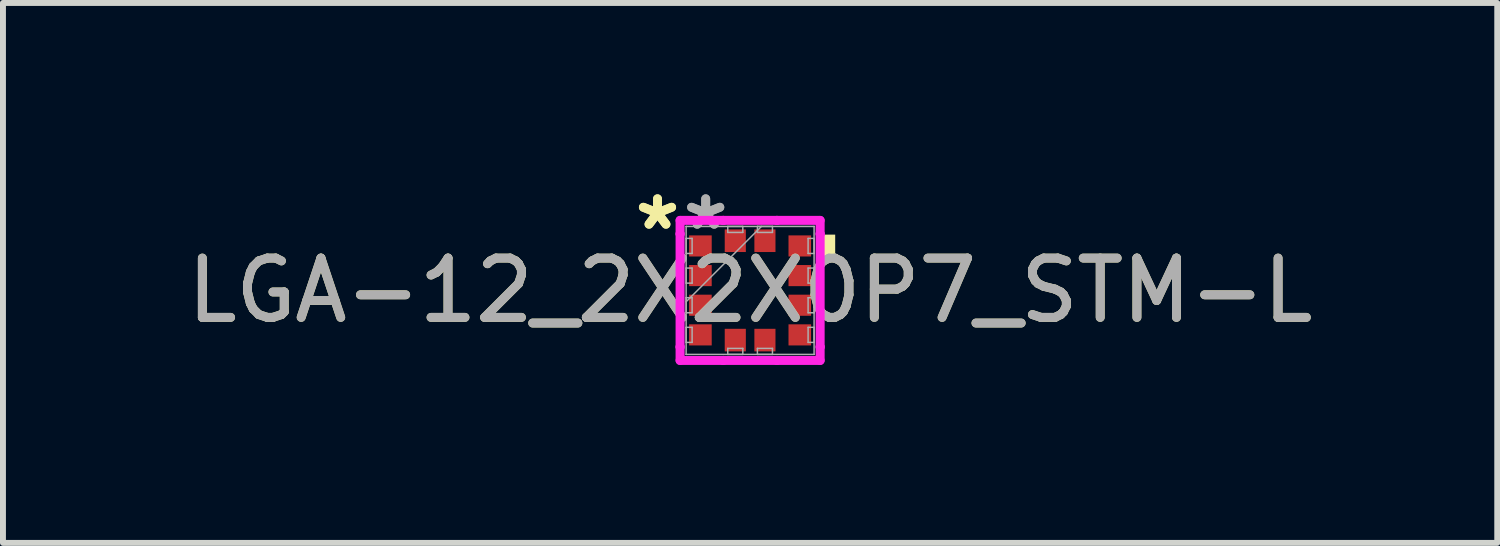
<source format=kicad_pcb>
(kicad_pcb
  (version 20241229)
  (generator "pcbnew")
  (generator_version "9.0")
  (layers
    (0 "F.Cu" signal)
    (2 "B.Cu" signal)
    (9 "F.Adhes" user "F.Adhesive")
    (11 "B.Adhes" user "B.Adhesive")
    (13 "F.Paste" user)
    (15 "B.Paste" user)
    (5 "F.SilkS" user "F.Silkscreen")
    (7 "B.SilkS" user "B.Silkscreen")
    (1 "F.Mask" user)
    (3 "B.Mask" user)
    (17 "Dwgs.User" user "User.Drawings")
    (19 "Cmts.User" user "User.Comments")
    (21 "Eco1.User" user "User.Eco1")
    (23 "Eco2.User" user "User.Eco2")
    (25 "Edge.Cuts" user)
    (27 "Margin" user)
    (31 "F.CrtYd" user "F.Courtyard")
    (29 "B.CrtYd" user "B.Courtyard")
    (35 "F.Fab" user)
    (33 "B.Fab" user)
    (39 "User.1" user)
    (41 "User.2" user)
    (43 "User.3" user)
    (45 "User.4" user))
  (footprint "LGA-12_2X2X0P7_STM-L"
    (layer "F.Cu")
    (at 9.601 1.848)
    (property "Reference" "LGA-12_2X2X0P7_STM-L" (at 0 0 0) (unlocked yes) (layer "F.SilkS") (effects (font (size 1 1) (thickness 0.15))))
    (attr smd)
    (fp_poly (pts (xy 1.435 -0.941) (xy 1.435 -0.56) (xy 1.181 -0.56) (xy 1.181 -0.941)) (stroke (width 0) (type solid)) (fill yes) (layer "F.SilkS"))
    (fp_line (start -1.181 -1.181) (end -0.453 -1.181) (stroke (width 0.152) (type solid)) (layer "F.CrtYd"))
    (fp_line (start -1.181 -0.953) (end -1.181 -1.181) (stroke (width 0.152) (type solid)) (layer "F.CrtYd"))
    (fp_line (start -1.181 -0.953) (end -1.181 -0.953) (stroke (width 0.152) (type solid)) (layer "F.CrtYd"))
    (fp_line (start -1.181 0.953) (end -1.181 -0.953) (stroke (width 0.152) (type solid)) (layer "F.CrtYd"))
    (fp_line (start -1.181 0.953) (end -1.181 0.953) (stroke (width 0.152) (type solid)) (layer "F.CrtYd"))
    (fp_line (start -1.181 1.181) (end -1.181 0.953) (stroke (width 0.152) (type solid)) (layer "F.CrtYd"))
    (fp_line (start -0.453 -1.181) (end -0.453 -1.181) (stroke (width 0.152) (type solid)) (layer "F.CrtYd"))
    (fp_line (start -0.453 -1.181) (end 0.453 -1.181) (stroke (width 0.152) (type solid)) (layer "F.CrtYd"))
    (fp_line (start -0.453 1.181) (end -1.181 1.181) (stroke (width 0.152) (type solid)) (layer "F.CrtYd"))
    (fp_line (start -0.453 1.181) (end -0.453 1.181) (stroke (width 0.152) (type solid)) (layer "F.CrtYd"))
    (fp_line (start 0.453 -1.181) (end 0.453 -1.181) (stroke (width 0.152) (type solid)) (layer "F.CrtYd"))
    (fp_line (start 0.453 -1.181) (end 1.181 -1.181) (stroke (width 0.152) (type solid)) (layer "F.CrtYd"))
    (fp_line (start 0.453 1.181) (end -0.453 1.181) (stroke (width 0.152) (type solid)) (layer "F.CrtYd"))
    (fp_line (start 0.453 1.181) (end 0.453 1.181) (stroke (width 0.152) (type solid)) (layer "F.CrtYd"))
    (fp_line (start 1.181 -1.181) (end 1.181 -0.953) (stroke (width 0.152) (type solid)) (layer "F.CrtYd"))
    (fp_line (start 1.181 -0.953) (end 1.181 -0.953) (stroke (width 0.152) (type solid)) (layer "F.CrtYd"))
    (fp_line (start 1.181 -0.953) (end 1.181 0.953) (stroke (width 0.152) (type solid)) (layer "F.CrtYd"))
    (fp_line (start 1.181 0.953) (end 1.181 0.953) (stroke (width 0.152) (type solid)) (layer "F.CrtYd"))
    (fp_line (start 1.181 0.953) (end 1.181 1.181) (stroke (width 0.152) (type solid)) (layer "F.CrtYd"))
    (fp_line (start 1.181 1.181) (end 0.453 1.181) (stroke (width 0.152) (type solid)) (layer "F.CrtYd"))
    (fp_line (start -1.079 -1.079) (end -1.079 -1.079) (stroke (width 0.025) (type solid)) (layer "F.Fab"))
    (fp_line (start -1.079 -1.079) (end -1.079 1.079) (stroke (width 0.025) (type solid)) (layer "F.Fab"))
    (fp_line (start -1.079 -0.877) (end -0.978 -0.877) (stroke (width 0.025) (type solid)) (layer "F.Fab"))
    (fp_line (start -1.079 -0.623) (end -1.079 -0.877) (stroke (width 0.025) (type solid)) (layer "F.Fab"))
    (fp_line (start -1.079 -0.377) (end -0.978 -0.377) (stroke (width 0.025) (type solid)) (layer "F.Fab"))
    (fp_line (start -1.079 -0.123) (end -1.079 -0.377) (stroke (width 0.025) (type solid)) (layer "F.Fab"))
    (fp_line (start -1.079 0.123) (end -0.978 0.123) (stroke (width 0.025) (type solid)) (layer "F.Fab"))
    (fp_line (start -1.079 0.191) (end 0.191 -1.079) (stroke (width 0.025) (type solid)) (layer "F.Fab"))
    (fp_line (start -1.079 0.377) (end -1.079 0.123) (stroke (width 0.025) (type solid)) (layer "F.Fab"))
    (fp_line (start -1.079 0.623) (end -0.978 0.623) (stroke (width 0.025) (type solid)) (layer "F.Fab"))
    (fp_line (start -1.079 0.877) (end -1.079 0.623) (stroke (width 0.025) (type solid)) (layer "F.Fab"))
    (fp_line (start -1.079 1.079) (end -1.079 1.079) (stroke (width 0.025) (type solid)) (layer "F.Fab"))
    (fp_line (start -1.079 1.079) (end 1.079 1.079) (stroke (width 0.025) (type solid)) (layer "F.Fab"))
    (fp_line (start -0.978 -0.877) (end -0.978 -0.623) (stroke (width 0.025) (type solid)) (layer "F.Fab"))
    (fp_line (start -0.978 -0.623) (end -1.079 -0.623) (stroke (width 0.025) (type solid)) (layer "F.Fab"))
    (fp_line (start -0.978 -0.377) (end -0.978 -0.123) (stroke (width 0.025) (type solid)) (layer "F.Fab"))
    (fp_line (start -0.978 -0.123) (end -1.079 -0.123) (stroke (width 0.025) (type solid)) (layer "F.Fab"))
    (fp_line (start -0.978 0.123) (end -0.978 0.377) (stroke (width 0.025) (type solid)) (layer "F.Fab"))
    (fp_line (start -0.978 0.377) (end -1.079 0.377) (stroke (width 0.025) (type solid)) (layer "F.Fab"))
    (fp_line (start -0.978 0.623) (end -0.978 0.877) (stroke (width 0.025) (type solid)) (layer "F.Fab"))
    (fp_line (start -0.978 0.877) (end -1.079 0.877) (stroke (width 0.025) (type solid)) (layer "F.Fab"))
    (fp_line (start -0.377 -1.079) (end -0.123 -1.079) (stroke (width 0.025) (type solid)) (layer "F.Fab"))
    (fp_line (start -0.377 -0.978) (end -0.377 -1.079) (stroke (width 0.025) (type solid)) (layer "F.Fab"))
    (fp_line (start -0.377 0.978) (end -0.123 0.978) (stroke (width 0.025) (type solid)) (layer "F.Fab"))
    (fp_line (start -0.377 1.079) (end -0.377 0.978) (stroke (width 0.025) (type solid)) (layer "F.Fab"))
    (fp_line (start -0.123 -1.079) (end -0.123 -0.978) (stroke (width 0.025) (type solid)) (layer "F.Fab"))
    (fp_line (start -0.123 -0.978) (end -0.377 -0.978) (stroke (width 0.025) (type solid)) (layer "F.Fab"))
    (fp_line (start -0.123 0.978) (end -0.123 1.079) (stroke (width 0.025) (type solid)) (layer "F.Fab"))
    (fp_line (start -0.123 1.079) (end -0.377 1.079) (stroke (width 0.025) (type solid)) (layer "F.Fab"))
    (fp_line (start 0.123 -1.079) (end 0.377 -1.079) (stroke (width 0.025) (type solid)) (layer "F.Fab"))
    (fp_line (start 0.123 -0.978) (end 0.123 -1.079) (stroke (width 0.025) (type solid)) (layer "F.Fab"))
    (fp_line (start 0.123 0.978) (end 0.377 0.978) (stroke (width 0.025) (type solid)) (layer "F.Fab"))
    (fp_line (start 0.123 1.079) (end 0.123 0.978) (stroke (width 0.025) (type solid)) (layer "F.Fab"))
    (fp_line (start 0.377 -1.079) (end 0.377 -0.978) (stroke (width 0.025) (type solid)) (layer "F.Fab"))
    (fp_line (start 0.377 -0.978) (end 0.123 -0.978) (stroke (width 0.025) (type solid)) (layer "F.Fab"))
    (fp_line (start 0.377 0.978) (end 0.377 1.079) (stroke (width 0.025) (type solid)) (layer "F.Fab"))
    (fp_line (start 0.377 1.079) (end 0.123 1.079) (stroke (width 0.025) (type solid)) (layer "F.Fab"))
    (fp_line (start 0.978 -0.877) (end 1.079 -0.877) (stroke (width 0.025) (type solid)) (layer "F.Fab"))
    (fp_line (start 0.978 -0.623) (end 0.978 -0.877) (stroke (width 0.025) (type solid)) (layer "F.Fab"))
    (fp_line (start 0.978 -0.377) (end 1.079 -0.377) (stroke (width 0.025) (type solid)) (layer "F.Fab"))
    (fp_line (start 0.978 -0.123) (end 0.978 -0.377) (stroke (width 0.025) (type solid)) (layer "F.Fab"))
    (fp_line (start 0.978 0.123) (end 1.079 0.123) (stroke (width 0.025) (type solid)) (layer "F.Fab"))
    (fp_line (start 0.978 0.377) (end 0.978 0.123) (stroke (width 0.025) (type solid)) (layer "F.Fab"))
    (fp_line (start 0.978 0.623) (end 1.079 0.623) (stroke (width 0.025) (type solid)) (layer "F.Fab"))
    (fp_line (start 0.978 0.877) (end 0.978 0.623) (stroke (width 0.025) (type solid)) (layer "F.Fab"))
    (fp_line (start 1.079 -1.079) (end -1.079 -1.079) (stroke (width 0.025) (type solid)) (layer "F.Fab"))
    (fp_line (start 1.079 -1.079) (end 1.079 -1.079) (stroke (width 0.025) (type solid)) (layer "F.Fab"))
    (fp_line (start 1.079 -0.877) (end 1.079 -0.623) (stroke (width 0.025) (type solid)) (layer "F.Fab"))
    (fp_line (start 1.079 -0.623) (end 0.978 -0.623) (stroke (width 0.025) (type solid)) (layer "F.Fab"))
    (fp_line (start 1.079 -0.377) (end 1.079 -0.123) (stroke (width 0.025) (type solid)) (layer "F.Fab"))
    (fp_line (start 1.079 -0.123) (end 0.978 -0.123) (stroke (width 0.025) (type solid)) (layer "F.Fab"))
    (fp_line (start 1.079 0.123) (end 1.079 0.377) (stroke (width 0.025) (type solid)) (layer "F.Fab"))
    (fp_line (start 1.079 0.377) (end 0.978 0.377) (stroke (width 0.025) (type solid)) (layer "F.Fab"))
    (fp_line (start 1.079 0.623) (end 1.079 0.877) (stroke (width 0.025) (type solid)) (layer "F.Fab"))
    (fp_line (start 1.079 0.877) (end 0.978 0.877) (stroke (width 0.025) (type solid)) (layer "F.Fab"))
    (fp_line (start 1.079 1.079) (end 1.079 -1.079) (stroke (width 0.025) (type solid)) (layer "F.Fab"))
    (fp_line (start 1.079 1.079) (end 1.079 1.079) (stroke (width 0.025) (type solid)) (layer "F.Fab"))
    (fp_text user "*" (at -1.562 -1 0) (layer "F.SilkS") (effects (font (size 1 1) (thickness 0.15))))
    (fp_text user "*" (at -1.562 -1 0) (unlocked yes) (layer "F.SilkS") (effects (font (size 1 1) (thickness 0.15))))
    (fp_text user "*" (at -0.749 -1 0) (layer "F.Fab") (effects (font (size 1 1) (thickness 0.15))))
    (fp_text user "${REFERENCE}" (at 0 0 0) (unlocked yes) (layer "F.Fab") (effects (font (size 1 1) (thickness 0.15))))
    (fp_text user "*" (at -0.749 -1 0) (unlocked yes) (layer "F.Fab") (effects (font (size 1 1) (thickness 0.15))))
    (pad "1" smd rect (at -0.838 -0.75 90) (size 0.356 0.381) (layers "F.Cu" "F.Mask" "F.Paste"))
    (pad "2" smd rect (at -0.838 -0.25 90) (size 0.356 0.381) (layers "F.Cu" "F.Mask" "F.Paste"))
    (pad "3" smd rect (at -0.838 0.25 90) (size 0.356 0.381) (layers "F.Cu" "F.Mask" "F.Paste"))
    (pad "4" smd rect (at -0.838 0.75 90) (size 0.356 0.381) (layers "F.Cu" "F.Mask" "F.Paste"))
    (pad "5" smd rect (at -0.25 0.838) (size 0.356 0.381) (layers "F.Cu" "F.Mask" "F.Paste"))
    (pad "6" smd rect (at 0.25 0.838) (size 0.356 0.381) (layers "F.Cu" "F.Mask" "F.Paste"))
    (pad "7" smd rect (at 0.838 0.75 90) (size 0.356 0.381) (layers "F.Cu" "F.Mask" "F.Paste"))
    (pad "8" smd rect (at 0.838 0.25 90) (size 0.356 0.381) (layers "F.Cu" "F.Mask" "F.Paste"))
    (pad "9" smd rect (at 0.838 -0.25 90) (size 0.356 0.381) (layers "F.Cu" "F.Mask" "F.Paste"))
    (pad "10" smd rect (at 0.838 -0.75 90) (size 0.356 0.381) (layers "F.Cu" "F.Mask" "F.Paste"))
    (pad "11" smd rect (at 0.25 -0.838) (size 0.356 0.381) (layers "F.Cu" "F.Mask" "F.Paste"))
    (pad "12" smd rect (at -0.25 -0.838) (size 0.356 0.381) (layers "F.Cu" "F.Mask" "F.Paste")))
  (gr_rect
    (start -3 -3)
    (end 22.202 6.106)
    (stroke (width 0.1) (type default))
    (fill no)
    (layer "Edge.Cuts")))
</source>
